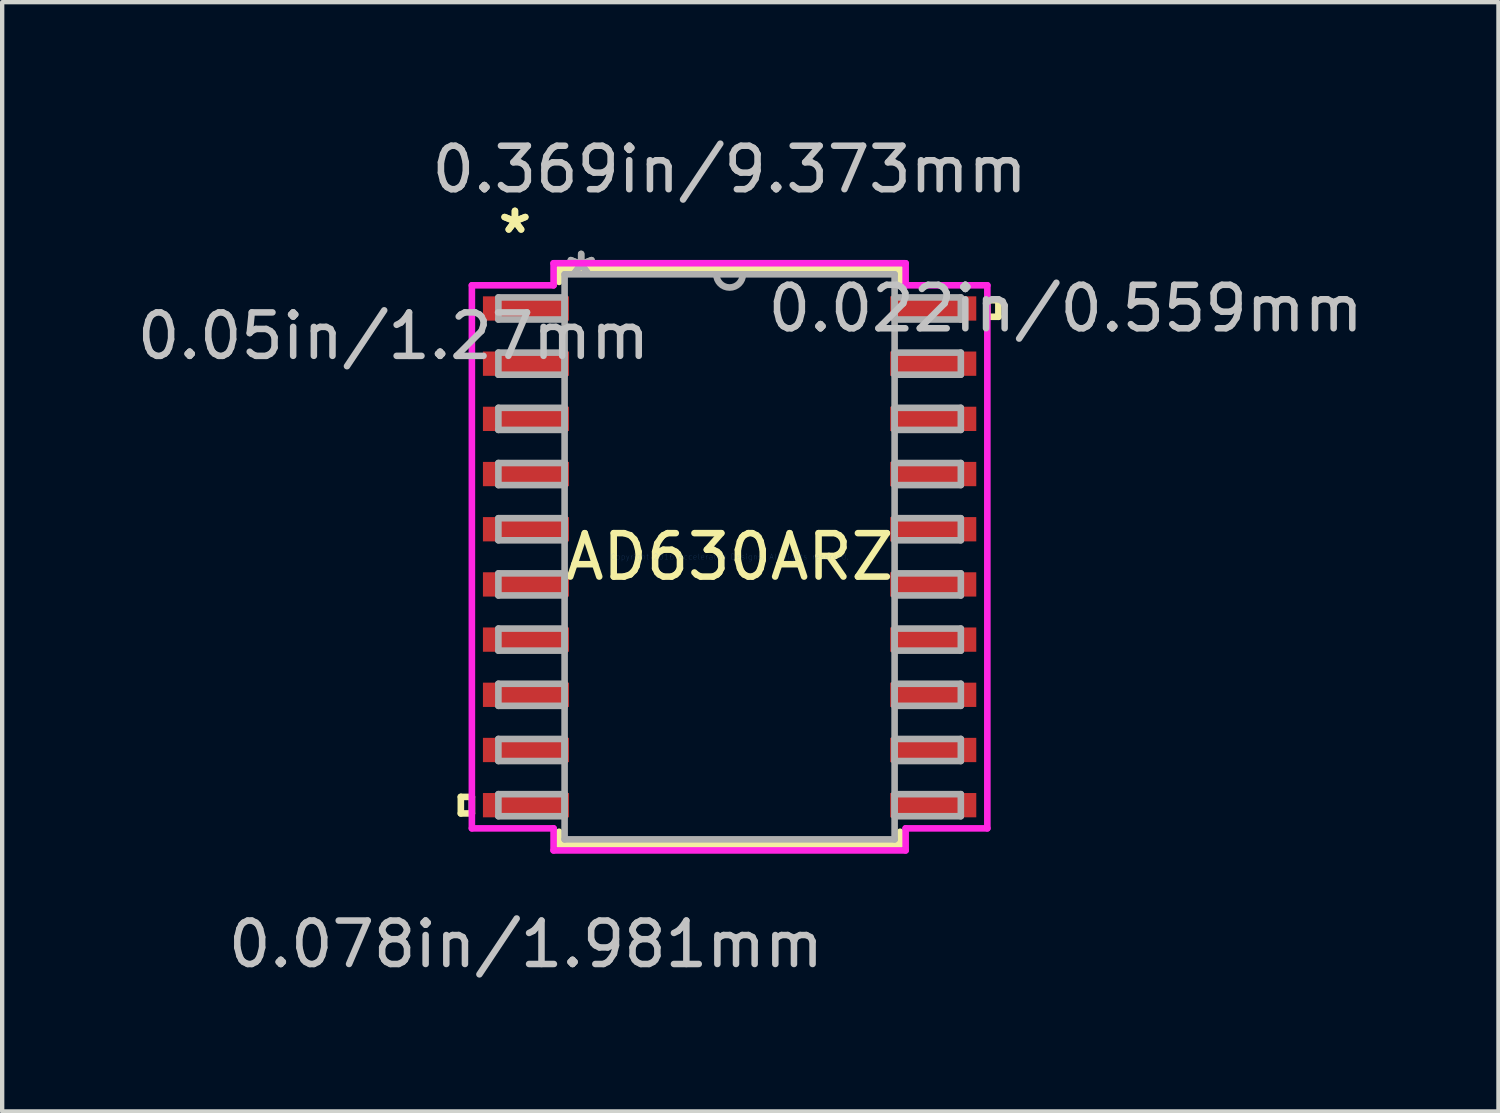
<source format=kicad_pcb>
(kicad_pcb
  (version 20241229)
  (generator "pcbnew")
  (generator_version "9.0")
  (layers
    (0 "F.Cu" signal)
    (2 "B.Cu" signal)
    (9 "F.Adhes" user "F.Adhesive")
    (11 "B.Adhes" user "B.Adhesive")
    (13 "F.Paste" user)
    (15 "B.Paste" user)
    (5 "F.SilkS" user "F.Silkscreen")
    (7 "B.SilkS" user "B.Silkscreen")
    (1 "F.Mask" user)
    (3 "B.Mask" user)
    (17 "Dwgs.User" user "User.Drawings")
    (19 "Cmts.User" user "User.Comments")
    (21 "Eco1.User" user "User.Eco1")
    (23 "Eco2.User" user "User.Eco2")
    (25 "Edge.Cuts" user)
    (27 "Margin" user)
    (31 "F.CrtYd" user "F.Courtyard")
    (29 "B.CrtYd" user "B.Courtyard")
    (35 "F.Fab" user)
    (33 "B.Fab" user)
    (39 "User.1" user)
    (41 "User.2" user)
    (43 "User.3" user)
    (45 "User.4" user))
  (footprint "AD630ARZ"
    (layer "F.Cu")
    (at 13.74 9.764)
    (property "Reference" "AD630ARZ" (at 0 0 0) (layer "F.SilkS") (effects (font (size 1 1) (thickness 0.15))))
    (attr through_hole)
    (fp_line (start -6.185 5.524) (end -6.185 5.905) (stroke (width 0.152) (type solid)) (layer "F.SilkS"))
    (fp_line (start -6.185 5.905) (end -5.931 5.905) (stroke (width 0.152) (type solid)) (layer "F.SilkS"))
    (fp_line (start -5.931 5.524) (end -6.185 5.524) (stroke (width 0.152) (type solid)) (layer "F.SilkS"))
    (fp_line (start -5.931 5.905) (end -5.931 5.524) (stroke (width 0.152) (type solid)) (layer "F.SilkS"))
    (fp_line (start -3.924 -6.629) (end -3.924 -6.327) (stroke (width 0.152) (type solid)) (layer "F.SilkS"))
    (fp_line (start -3.924 6.327) (end -3.924 6.629) (stroke (width 0.152) (type solid)) (layer "F.SilkS"))
    (fp_line (start -3.924 6.629) (end 3.924 6.629) (stroke (width 0.152) (type solid)) (layer "F.SilkS"))
    (fp_line (start 3.924 -6.629) (end -3.924 -6.629) (stroke (width 0.152) (type solid)) (layer "F.SilkS"))
    (fp_line (start 3.924 -6.327) (end 3.924 -6.629) (stroke (width 0.152) (type solid)) (layer "F.SilkS"))
    (fp_line (start 3.924 6.629) (end 3.924 6.327) (stroke (width 0.152) (type solid)) (layer "F.SilkS"))
    (fp_line (start 5.931 -5.905) (end 6.185 -5.905) (stroke (width 0.152) (type solid)) (layer "F.SilkS"))
    (fp_line (start 5.931 -5.524) (end 5.931 -5.905) (stroke (width 0.152) (type solid)) (layer "F.SilkS"))
    (fp_line (start 6.185 -5.905) (end 6.185 -5.524) (stroke (width 0.152) (type solid)) (layer "F.SilkS"))
    (fp_line (start 6.185 -5.524) (end 5.931 -5.524) (stroke (width 0.152) (type solid)) (layer "F.SilkS"))
    (fp_line (start -5.931 -6.248) (end -4.051 -6.248) (stroke (width 0.152) (type solid)) (layer "F.CrtYd"))
    (fp_line (start -5.931 6.248) (end -5.931 -6.248) (stroke (width 0.152) (type solid)) (layer "F.CrtYd"))
    (fp_line (start -4.051 -6.756) (end 4.051 -6.756) (stroke (width 0.152) (type solid)) (layer "F.CrtYd"))
    (fp_line (start -4.051 -6.248) (end -4.051 -6.756) (stroke (width 0.152) (type solid)) (layer "F.CrtYd"))
    (fp_line (start -4.051 6.248) (end -5.931 6.248) (stroke (width 0.152) (type solid)) (layer "F.CrtYd"))
    (fp_line (start -4.051 6.756) (end -4.051 6.248) (stroke (width 0.152) (type solid)) (layer "F.CrtYd"))
    (fp_line (start 4.051 -6.756) (end 4.051 -6.248) (stroke (width 0.152) (type solid)) (layer "F.CrtYd"))
    (fp_line (start 4.051 -6.248) (end 5.931 -6.248) (stroke (width 0.152) (type solid)) (layer "F.CrtYd"))
    (fp_line (start 4.051 6.248) (end 4.051 6.756) (stroke (width 0.152) (type solid)) (layer "F.CrtYd"))
    (fp_line (start 4.051 6.756) (end -4.051 6.756) (stroke (width 0.152) (type solid)) (layer "F.CrtYd"))
    (fp_line (start 5.931 -6.248) (end 5.931 6.248) (stroke (width 0.152) (type solid)) (layer "F.CrtYd"))
    (fp_line (start 5.931 6.248) (end 4.051 6.248) (stroke (width 0.152) (type solid)) (layer "F.CrtYd"))
    (fp_line (start -5.321 -5.969) (end -5.321 -5.461) (stroke (width 0.152) (type solid)) (layer "F.Fab"))
    (fp_line (start -5.321 -5.461) (end -3.797 -5.461) (stroke (width 0.152) (type solid)) (layer "F.Fab"))
    (fp_line (start -5.321 -4.699) (end -5.321 -4.191) (stroke (width 0.152) (type solid)) (layer "F.Fab"))
    (fp_line (start -5.321 -4.191) (end -3.797 -4.191) (stroke (width 0.152) (type solid)) (layer "F.Fab"))
    (fp_line (start -5.321 -3.429) (end -5.321 -2.921) (stroke (width 0.152) (type solid)) (layer "F.Fab"))
    (fp_line (start -5.321 -2.921) (end -3.797 -2.921) (stroke (width 0.152) (type solid)) (layer "F.Fab"))
    (fp_line (start -5.321 -2.159) (end -5.321 -1.651) (stroke (width 0.152) (type solid)) (layer "F.Fab"))
    (fp_line (start -5.321 -1.651) (end -3.797 -1.651) (stroke (width 0.152) (type solid)) (layer "F.Fab"))
    (fp_line (start -5.321 -0.889) (end -5.321 -0.381) (stroke (width 0.152) (type solid)) (layer "F.Fab"))
    (fp_line (start -5.321 -0.381) (end -3.797 -0.381) (stroke (width 0.152) (type solid)) (layer "F.Fab"))
    (fp_line (start -5.321 0.381) (end -5.321 0.889) (stroke (width 0.152) (type solid)) (layer "F.Fab"))
    (fp_line (start -5.321 0.889) (end -3.797 0.889) (stroke (width 0.152) (type solid)) (layer "F.Fab"))
    (fp_line (start -5.321 1.651) (end -5.321 2.159) (stroke (width 0.152) (type solid)) (layer "F.Fab"))
    (fp_line (start -5.321 2.159) (end -3.797 2.159) (stroke (width 0.152) (type solid)) (layer "F.Fab"))
    (fp_line (start -5.321 2.921) (end -5.321 3.429) (stroke (width 0.152) (type solid)) (layer "F.Fab"))
    (fp_line (start -5.321 3.429) (end -3.797 3.429) (stroke (width 0.152) (type solid)) (layer "F.Fab"))
    (fp_line (start -5.321 4.191) (end -5.321 4.699) (stroke (width 0.152) (type solid)) (layer "F.Fab"))
    (fp_line (start -5.321 4.699) (end -3.797 4.699) (stroke (width 0.152) (type solid)) (layer "F.Fab"))
    (fp_line (start -5.321 5.461) (end -5.321 5.969) (stroke (width 0.152) (type solid)) (layer "F.Fab"))
    (fp_line (start -5.321 5.969) (end -3.797 5.969) (stroke (width 0.152) (type solid)) (layer "F.Fab"))
    (fp_line (start -3.797 -6.502) (end -3.797 6.502) (stroke (width 0.152) (type solid)) (layer "F.Fab"))
    (fp_line (start -3.797 -5.969) (end -5.321 -5.969) (stroke (width 0.152) (type solid)) (layer "F.Fab"))
    (fp_line (start -3.797 -5.461) (end -3.797 -5.969) (stroke (width 0.152) (type solid)) (layer "F.Fab"))
    (fp_line (start -3.797 -4.699) (end -5.321 -4.699) (stroke (width 0.152) (type solid)) (layer "F.Fab"))
    (fp_line (start -3.797 -4.191) (end -3.797 -4.699) (stroke (width 0.152) (type solid)) (layer "F.Fab"))
    (fp_line (start -3.797 -3.429) (end -5.321 -3.429) (stroke (width 0.152) (type solid)) (layer "F.Fab"))
    (fp_line (start -3.797 -2.921) (end -3.797 -3.429) (stroke (width 0.152) (type solid)) (layer "F.Fab"))
    (fp_line (start -3.797 -2.159) (end -5.321 -2.159) (stroke (width 0.152) (type solid)) (layer "F.Fab"))
    (fp_line (start -3.797 -1.651) (end -3.797 -2.159) (stroke (width 0.152) (type solid)) (layer "F.Fab"))
    (fp_line (start -3.797 -0.889) (end -5.321 -0.889) (stroke (width 0.152) (type solid)) (layer "F.Fab"))
    (fp_line (start -3.797 -0.381) (end -3.797 -0.889) (stroke (width 0.152) (type solid)) (layer "F.Fab"))
    (fp_line (start -3.797 0.381) (end -5.321 0.381) (stroke (width 0.152) (type solid)) (layer "F.Fab"))
    (fp_line (start -3.797 0.889) (end -3.797 0.381) (stroke (width 0.152) (type solid)) (layer "F.Fab"))
    (fp_line (start -3.797 1.651) (end -5.321 1.651) (stroke (width 0.152) (type solid)) (layer "F.Fab"))
    (fp_line (start -3.797 2.159) (end -3.797 1.651) (stroke (width 0.152) (type solid)) (layer "F.Fab"))
    (fp_line (start -3.797 2.921) (end -5.321 2.921) (stroke (width 0.152) (type solid)) (layer "F.Fab"))
    (fp_line (start -3.797 3.429) (end -3.797 2.921) (stroke (width 0.152) (type solid)) (layer "F.Fab"))
    (fp_line (start -3.797 4.191) (end -5.321 4.191) (stroke (width 0.152) (type solid)) (layer "F.Fab"))
    (fp_line (start -3.797 4.699) (end -3.797 4.191) (stroke (width 0.152) (type solid)) (layer "F.Fab"))
    (fp_line (start -3.797 5.461) (end -5.321 5.461) (stroke (width 0.152) (type solid)) (layer "F.Fab"))
    (fp_line (start -3.797 5.969) (end -3.797 5.461) (stroke (width 0.152) (type solid)) (layer "F.Fab"))
    (fp_line (start -3.797 6.502) (end 3.797 6.502) (stroke (width 0.152) (type solid)) (layer "F.Fab"))
    (fp_line (start 3.797 -6.502) (end -3.797 -6.502) (stroke (width 0.152) (type solid)) (layer "F.Fab"))
    (fp_line (start 3.797 -5.969) (end 3.797 -5.461) (stroke (width 0.152) (type solid)) (layer "F.Fab"))
    (fp_line (start 3.797 -5.461) (end 5.321 -5.461) (stroke (width 0.152) (type solid)) (layer "F.Fab"))
    (fp_line (start 3.797 -4.699) (end 3.797 -4.191) (stroke (width 0.152) (type solid)) (layer "F.Fab"))
    (fp_line (start 3.797 -4.191) (end 5.321 -4.191) (stroke (width 0.152) (type solid)) (layer "F.Fab"))
    (fp_line (start 3.797 -3.429) (end 3.797 -2.921) (stroke (width 0.152) (type solid)) (layer "F.Fab"))
    (fp_line (start 3.797 -2.921) (end 5.321 -2.921) (stroke (width 0.152) (type solid)) (layer "F.Fab"))
    (fp_line (start 3.797 -2.159) (end 3.797 -1.651) (stroke (width 0.152) (type solid)) (layer "F.Fab"))
    (fp_line (start 3.797 -1.651) (end 5.321 -1.651) (stroke (width 0.152) (type solid)) (layer "F.Fab"))
    (fp_line (start 3.797 -0.889) (end 3.797 -0.381) (stroke (width 0.152) (type solid)) (layer "F.Fab"))
    (fp_line (start 3.797 -0.381) (end 5.321 -0.381) (stroke (width 0.152) (type solid)) (layer "F.Fab"))
    (fp_line (start 3.797 0.381) (end 3.797 0.889) (stroke (width 0.152) (type solid)) (layer "F.Fab"))
    (fp_line (start 3.797 0.889) (end 5.321 0.889) (stroke (width 0.152) (type solid)) (layer "F.Fab"))
    (fp_line (start 3.797 1.651) (end 3.797 2.159) (stroke (width 0.152) (type solid)) (layer "F.Fab"))
    (fp_line (start 3.797 2.159) (end 5.321 2.159) (stroke (width 0.152) (type solid)) (layer "F.Fab"))
    (fp_line (start 3.797 2.921) (end 3.797 3.429) (stroke (width 0.152) (type solid)) (layer "F.Fab"))
    (fp_line (start 3.797 3.429) (end 5.321 3.429) (stroke (width 0.152) (type solid)) (layer "F.Fab"))
    (fp_line (start 3.797 4.191) (end 3.797 4.699) (stroke (width 0.152) (type solid)) (layer "F.Fab"))
    (fp_line (start 3.797 4.699) (end 5.321 4.699) (stroke (width 0.152) (type solid)) (layer "F.Fab"))
    (fp_line (start 3.797 5.461) (end 3.797 5.969) (stroke (width 0.152) (type solid)) (layer "F.Fab"))
    (fp_line (start 3.797 5.969) (end 5.321 5.969) (stroke (width 0.152) (type solid)) (layer "F.Fab"))
    (fp_line (start 3.797 6.502) (end 3.797 -6.502) (stroke (width 0.152) (type solid)) (layer "F.Fab"))
    (fp_line (start 5.321 -5.969) (end 3.797 -5.969) (stroke (width 0.152) (type solid)) (layer "F.Fab"))
    (fp_line (start 5.321 -5.461) (end 5.321 -5.969) (stroke (width 0.152) (type solid)) (layer "F.Fab"))
    (fp_line (start 5.321 -4.699) (end 3.797 -4.699) (stroke (width 0.152) (type solid)) (layer "F.Fab"))
    (fp_line (start 5.321 -4.191) (end 5.321 -4.699) (stroke (width 0.152) (type solid)) (layer "F.Fab"))
    (fp_line (start 5.321 -3.429) (end 3.797 -3.429) (stroke (width 0.152) (type solid)) (layer "F.Fab"))
    (fp_line (start 5.321 -2.921) (end 5.321 -3.429) (stroke (width 0.152) (type solid)) (layer "F.Fab"))
    (fp_line (start 5.321 -2.159) (end 3.797 -2.159) (stroke (width 0.152) (type solid)) (layer "F.Fab"))
    (fp_line (start 5.321 -1.651) (end 5.321 -2.159) (stroke (width 0.152) (type solid)) (layer "F.Fab"))
    (fp_line (start 5.321 -0.889) (end 3.797 -0.889) (stroke (width 0.152) (type solid)) (layer "F.Fab"))
    (fp_line (start 5.321 -0.381) (end 5.321 -0.889) (stroke (width 0.152) (type solid)) (layer "F.Fab"))
    (fp_line (start 5.321 0.381) (end 3.797 0.381) (stroke (width 0.152) (type solid)) (layer "F.Fab"))
    (fp_line (start 5.321 0.889) (end 5.321 0.381) (stroke (width 0.152) (type solid)) (layer "F.Fab"))
    (fp_line (start 5.321 1.651) (end 3.797 1.651) (stroke (width 0.152) (type solid)) (layer "F.Fab"))
    (fp_line (start 5.321 2.159) (end 5.321 1.651) (stroke (width 0.152) (type solid)) (layer "F.Fab"))
    (fp_line (start 5.321 2.921) (end 3.797 2.921) (stroke (width 0.152) (type solid)) (layer "F.Fab"))
    (fp_line (start 5.321 3.429) (end 5.321 2.921) (stroke (width 0.152) (type solid)) (layer "F.Fab"))
    (fp_line (start 5.321 4.191) (end 3.797 4.191) (stroke (width 0.152) (type solid)) (layer "F.Fab"))
    (fp_line (start 5.321 4.699) (end 5.321 4.191) (stroke (width 0.152) (type solid)) (layer "F.Fab"))
    (fp_line (start 5.321 5.461) (end 3.797 5.461) (stroke (width 0.152) (type solid)) (layer "F.Fab"))
    (fp_line (start 5.321 5.969) (end 5.321 5.461) (stroke (width 0.152) (type solid)) (layer "F.Fab"))
    (fp_arc (start 0.3048 -6.5024) (mid 0 -6.1976) (end -0.3048 -6.5024) (stroke (width 0.1524) (type solid)) (layer "F.Fab"))
    (fp_text user "*" (at -4.94 -7.417 0) (layer "F.SilkS") (effects (font (size 1 1) (thickness 0.15))))
    (fp_text user "*" (at -4.94 -7.417 0) (layer "F.SilkS") (effects (font (size 1 1) (thickness 0.15))))
    (fp_text user "0.022in/0.559mm" (at 7.734 -5.715 0) (layer "Dwgs.User") (effects (font (size 1 1) (thickness 0.15))))
    (fp_text user "0.369in/9.373mm" (at 0 -8.915 0) (layer "Dwgs.User") (effects (font (size 1 1) (thickness 0.15))))
    (fp_text user "0.078in/1.981mm" (at -4.686 8.915 0) (layer "Dwgs.User") (effects (font (size 1 1) (thickness 0.15))))
    (fp_text user "0.05in/1.27mm" (at -7.734 -5.08 0) (layer "Dwgs.User") (effects (font (size 1 1) (thickness 0.15))))
    (fp_text user "Copyright 2016 Accelerated Designs. All rights reserved." (at 0 0 0) (layer "Cmts.User") (effects (font (size 0.127 0.127) (thickness 0.002))))
    (fp_text user "*" (at -3.416 -6.426 0) (layer "F.Fab") (effects (font (size 1 1) (thickness 0.15))))
    (fp_text user "*" (at -3.416 -6.426 0) (layer "F.Fab") (effects (font (size 1 1) (thickness 0.15))))
    (pad "1" smd rect (at -4.686 -5.715) (size 1.981 0.559) (layers "F.Cu" "F.Mask" "F.Paste"))
    (pad "2" smd rect (at -4.686 -4.445) (size 1.981 0.559) (layers "F.Cu" "F.Mask" "F.Paste"))
    (pad "3" smd rect (at -4.686 -3.175) (size 1.981 0.559) (layers "F.Cu" "F.Mask" "F.Paste"))
    (pad "4" smd rect (at -4.686 -1.905) (size 1.981 0.559) (layers "F.Cu" "F.Mask" "F.Paste"))
    (pad "5" smd rect (at -4.686 -0.635) (size 1.981 0.559) (layers "F.Cu" "F.Mask" "F.Paste"))
    (pad "6" smd rect (at -4.686 0.635) (size 1.981 0.559) (layers "F.Cu" "F.Mask" "F.Paste"))
    (pad "7" smd rect (at -4.686 1.905) (size 1.981 0.559) (layers "F.Cu" "F.Mask" "F.Paste"))
    (pad "8" smd rect (at -4.686 3.175) (size 1.981 0.559) (layers "F.Cu" "F.Mask" "F.Paste"))
    (pad "9" smd rect (at -4.686 4.445) (size 1.981 0.559) (layers "F.Cu" "F.Mask" "F.Paste"))
    (pad "10" smd rect (at -4.686 5.715) (size 1.981 0.559) (layers "F.Cu" "F.Mask" "F.Paste"))
    (pad "11" smd rect (at 4.686 5.715) (size 1.981 0.559) (layers "F.Cu" "F.Mask" "F.Paste"))
    (pad "12" smd rect (at 4.686 4.445) (size 1.981 0.559) (layers "F.Cu" "F.Mask" "F.Paste"))
    (pad "13" smd rect (at 4.686 3.175) (size 1.981 0.559) (layers "F.Cu" "F.Mask" "F.Paste"))
    (pad "14" smd rect (at 4.686 1.905) (size 1.981 0.559) (layers "F.Cu" "F.Mask" "F.Paste"))
    (pad "15" smd rect (at 4.686 0.635) (size 1.981 0.559) (layers "F.Cu" "F.Mask" "F.Paste"))
    (pad "16" smd rect (at 4.686 -0.635) (size 1.981 0.559) (layers "F.Cu" "F.Mask" "F.Paste"))
    (pad "17" smd rect (at 4.686 -1.905) (size 1.981 0.559) (layers "F.Cu" "F.Mask" "F.Paste"))
    (pad "18" smd rect (at 4.686 -3.175) (size 1.981 0.559) (layers "F.Cu" "F.Mask" "F.Paste"))
    (pad "19" smd rect (at 4.686 -4.445) (size 1.981 0.559) (layers "F.Cu" "F.Mask" "F.Paste"))
    (pad "20" smd rect (at 4.686 -5.715) (size 1.981 0.559) (layers "F.Cu" "F.Mask" "F.Paste")))
  (gr_rect
    (start -3 -3)
    (end 31.433 22.527)
    (stroke (width 0.1) (type default))
    (fill no)
    (layer "Edge.Cuts")))
</source>
